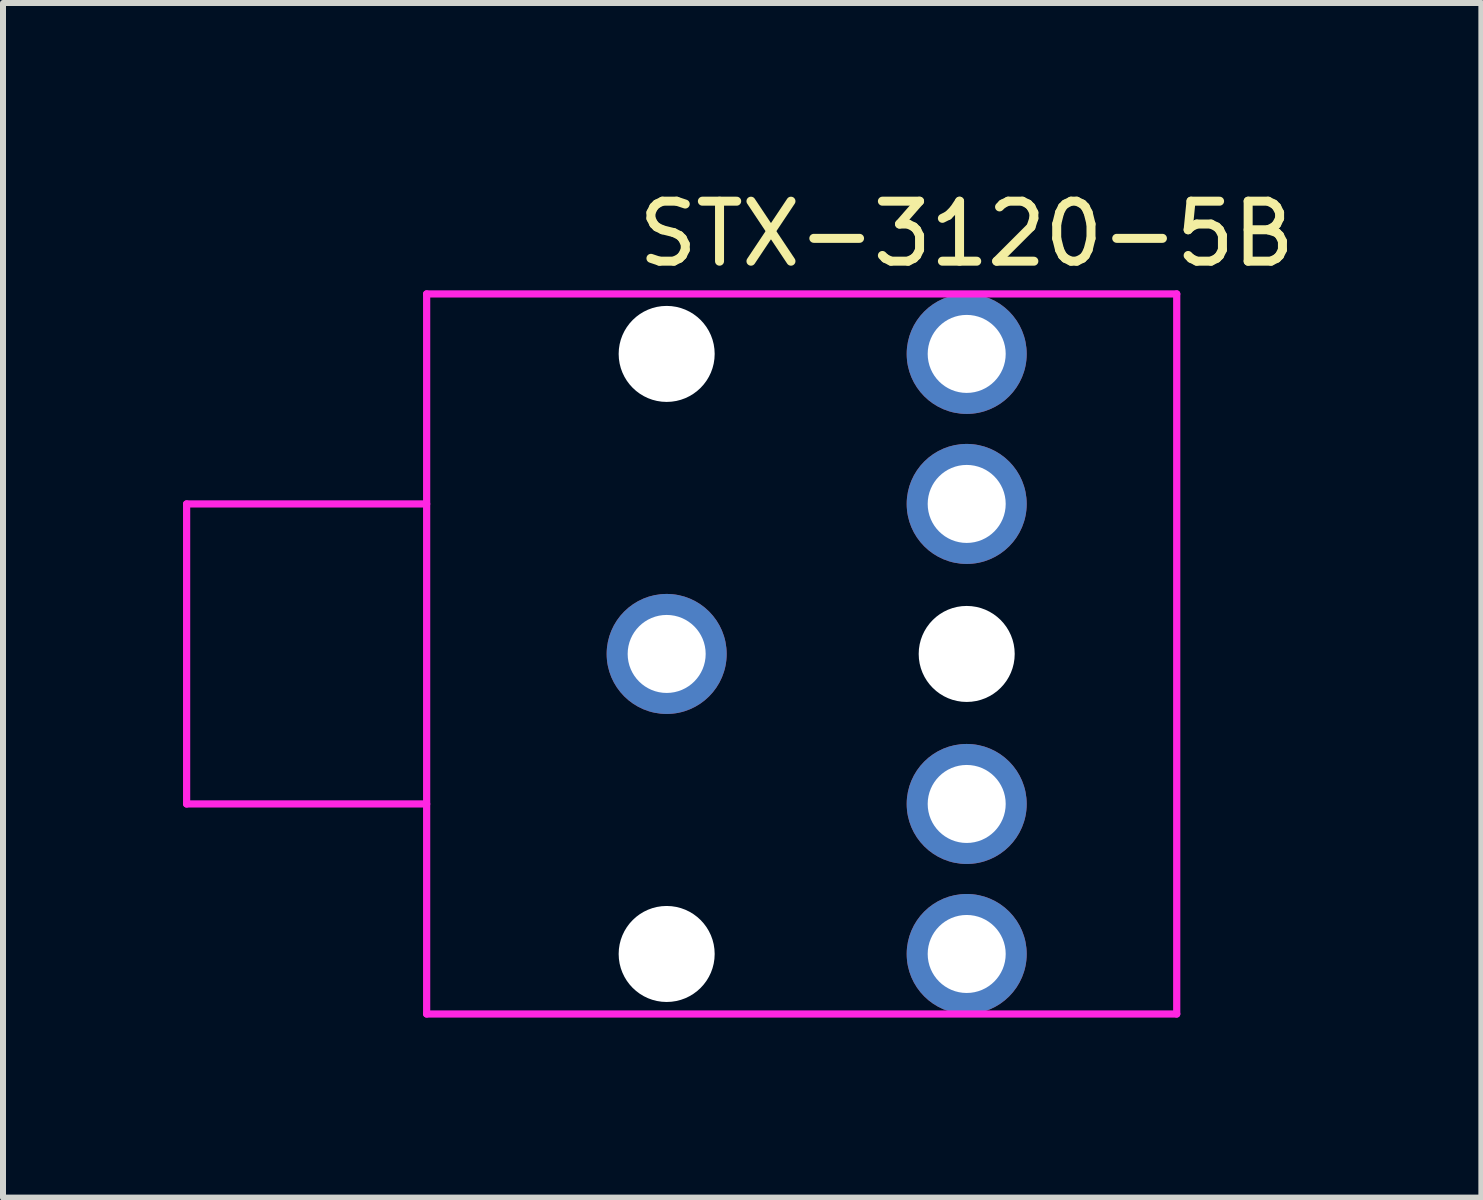
<source format=kicad_pcb>
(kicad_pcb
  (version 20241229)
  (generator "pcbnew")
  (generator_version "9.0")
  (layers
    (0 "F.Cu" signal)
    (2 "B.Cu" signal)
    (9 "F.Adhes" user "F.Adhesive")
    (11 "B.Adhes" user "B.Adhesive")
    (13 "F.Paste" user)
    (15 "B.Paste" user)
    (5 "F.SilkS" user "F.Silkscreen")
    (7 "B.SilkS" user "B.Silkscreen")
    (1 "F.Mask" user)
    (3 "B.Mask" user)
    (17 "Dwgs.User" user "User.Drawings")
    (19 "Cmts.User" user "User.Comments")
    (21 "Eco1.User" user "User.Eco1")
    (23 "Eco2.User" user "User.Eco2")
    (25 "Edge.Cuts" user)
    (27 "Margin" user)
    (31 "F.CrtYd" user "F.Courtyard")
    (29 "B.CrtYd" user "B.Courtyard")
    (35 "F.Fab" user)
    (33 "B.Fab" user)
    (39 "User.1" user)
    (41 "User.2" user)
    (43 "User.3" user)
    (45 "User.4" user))
  (footprint "STX-3120-5B"
    (layer "F.Cu")
    (at 13.06 0.348)
    (property "Reference" "STX-3120-5B" (at 0 0.5 0) (layer "F.SilkS") (effects (font (size 1 1) (thickness 0.15))))
    (attr through_hole)
    (fp_line (start -13 5) (end -9 5) (stroke (width 0.12) (type solid)) (layer "F.CrtYd"))
    (fp_line (start -13 10) (end -13 5) (stroke (width 0.12) (type solid)) (layer "F.CrtYd"))
    (fp_line (start -13 10) (end -9 10) (stroke (width 0.12) (type solid)) (layer "F.CrtYd"))
    (fp_line (start -9 1.5) (end -9 13.5) (stroke (width 0.12) (type solid)) (layer "F.CrtYd"))
    (fp_line (start -9 1.5) (end 3.5 1.5) (stroke (width 0.12) (type solid)) (layer "F.CrtYd"))
    (fp_line (start 3.5 1.5) (end 3.5 13.5) (stroke (width 0.12) (type solid)) (layer "F.CrtYd"))
    (fp_line (start 3.5 13.5) (end -9 13.5) (stroke (width 0.12) (type solid)) (layer "F.CrtYd"))
    (pad "" np_thru_hole circle (at -5 2.5) (size 1.6 1.6) (drill 1.6) (layers "*.Cu" "*.Mask"))
    (pad "" np_thru_hole circle (at -5 12.5) (size 1.6 1.6) (drill 1.6) (layers "*.Cu" "*.Mask"))
    (pad "" np_thru_hole circle (at 0 7.5) (size 1.6 1.6) (drill 1.6) (layers "*.Cu" "*.Mask"))
    (pad "R" thru_hole circle (at 0 2.5) (size 2 2) (drill 1.3) (layers "*.Cu" "*.Mask"))
    (pad "RN" thru_hole circle (at 0 5) (size 2 2) (drill 1.3) (layers "*.Cu" "*.Mask"))
    (pad "S" thru_hole circle (at -5 7.5) (size 2 2) (drill 1.3) (layers "*.Cu" "*.Mask"))
    (pad "T" thru_hole circle (at 0 12.5) (size 2 2) (drill 1.3) (layers "*.Cu" "*.Mask"))
    (pad "TN" thru_hole circle (at 0 10) (size 2 2) (drill 1.3) (layers "*.Cu" "*.Mask")))
  (gr_rect
    (start -3 -3)
    (end 21.637 16.908)
    (stroke (width 0.1) (type default))
    (fill no)
    (layer "Edge.Cuts")))
</source>
